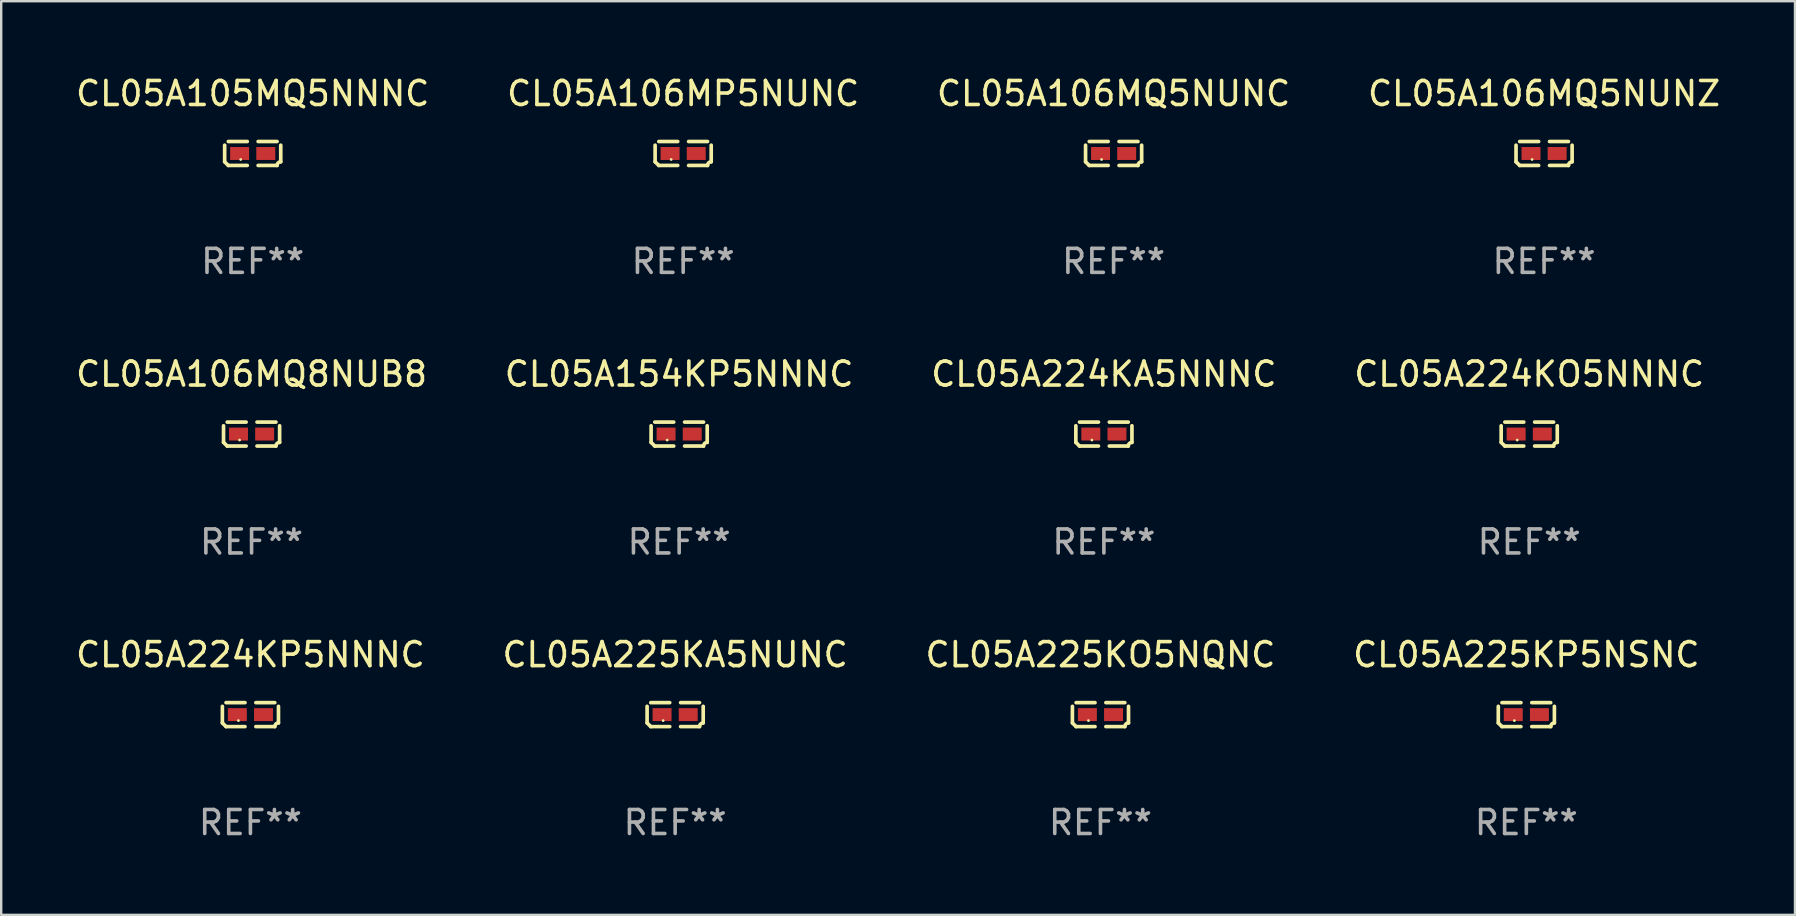
<source format=kicad_pcb>
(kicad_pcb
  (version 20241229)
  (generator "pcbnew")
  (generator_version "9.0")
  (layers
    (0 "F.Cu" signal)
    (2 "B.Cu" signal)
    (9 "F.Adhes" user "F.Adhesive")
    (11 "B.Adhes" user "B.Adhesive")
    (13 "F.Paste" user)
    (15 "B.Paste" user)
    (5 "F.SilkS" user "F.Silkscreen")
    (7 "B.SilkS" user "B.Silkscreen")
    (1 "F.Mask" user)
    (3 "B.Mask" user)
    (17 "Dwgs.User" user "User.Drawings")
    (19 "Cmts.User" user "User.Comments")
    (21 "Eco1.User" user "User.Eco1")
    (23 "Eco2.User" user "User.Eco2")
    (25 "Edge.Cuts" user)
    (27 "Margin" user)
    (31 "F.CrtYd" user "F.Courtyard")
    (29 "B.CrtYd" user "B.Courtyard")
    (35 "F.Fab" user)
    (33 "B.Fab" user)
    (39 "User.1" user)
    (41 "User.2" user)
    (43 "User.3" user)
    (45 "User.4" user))
  (footprint "CL05A225KP5NSNC"
    (layer "F.Cu")
    (at 60.565 26.734)
    (property "Reference" "CL05A225KP5NSNC" (at 0 -2.499 0) (layer "F.SilkS") (effects (font (size 1 1) (thickness 0.15))))
    (attr through_hole)
    (fp_line (start -1.169 0.346) (end -1.169 -0.346) (stroke (width 0.152) (type solid)) (layer "F.SilkS"))
    (fp_line (start -1.016 -0.499) (end -0.226 -0.499) (stroke (width 0.152) (type solid)) (layer "F.SilkS"))
    (fp_line (start -0.226 0.499) (end -1.016 0.499) (stroke (width 0.152) (type solid)) (layer "F.SilkS"))
    (fp_line (start 0.226 0.499) (end 1.016 0.499) (stroke (width 0.152) (type solid)) (layer "F.SilkS"))
    (fp_line (start 1.016 -0.499) (end 0.226 -0.499) (stroke (width 0.152) (type solid)) (layer "F.SilkS"))
    (fp_line (start 1.169 0.346) (end 1.169 -0.346) (stroke (width 0.152) (type solid)) (layer "F.SilkS"))
    (fp_arc (start -1.016307 0.498603) (mid -1.092512 0.422405) (end -1.16871 0.3462) (stroke (width 0.1524) (type solid)) (layer "F.SilkS"))
    (fp_arc (start 1.016307 0.498603) (mid 1.060899 0.390758) (end 1.168707 0.346076) (stroke (width 0.1524) (type solid)) (layer "F.SilkS"))
    (fp_circle (center -0.5 0.25) (end -0.47 0.25) (stroke (width 0.06) (type solid)) (fill no) (layer "F.SilkS"))
    (fp_text user "REF**" (at 0 4.499 0) (layer "F.Fab") (effects (font (size 1 1) (thickness 0.15))))
    (pad "1" smd rect (at -0.545 0) (size 0.79 0.54) (layers "F.Cu" "F.Mask" "F.Paste"))
    (pad "2" smd rect (at 0.545 0) (size 0.79 0.54) (layers "F.Cu" "F.Mask" "F.Paste")))
  (footprint "CL05A225KO5NQNC"
    (layer "F.Cu")
    (at 42.815 26.734)
    (property "Reference" "CL05A225KO5NQNC" (at 0 -2.499 0) (layer "F.SilkS") (effects (font (size 1 1) (thickness 0.15))))
    (attr through_hole)
    (fp_line (start -1.169 0.346) (end -1.169 -0.346) (stroke (width 0.152) (type solid)) (layer "F.SilkS"))
    (fp_line (start -1.016 -0.499) (end -0.226 -0.499) (stroke (width 0.152) (type solid)) (layer "F.SilkS"))
    (fp_line (start -0.226 0.499) (end -1.016 0.499) (stroke (width 0.152) (type solid)) (layer "F.SilkS"))
    (fp_line (start 0.226 0.499) (end 1.016 0.499) (stroke (width 0.152) (type solid)) (layer "F.SilkS"))
    (fp_line (start 1.016 -0.499) (end 0.226 -0.499) (stroke (width 0.152) (type solid)) (layer "F.SilkS"))
    (fp_line (start 1.169 0.346) (end 1.169 -0.346) (stroke (width 0.152) (type solid)) (layer "F.SilkS"))
    (fp_arc (start -1.016307 0.498603) (mid -1.092512 0.422405) (end -1.16871 0.3462) (stroke (width 0.1524) (type solid)) (layer "F.SilkS"))
    (fp_arc (start 1.016307 0.498603) (mid 1.060899 0.390758) (end 1.168707 0.346076) (stroke (width 0.1524) (type solid)) (layer "F.SilkS"))
    (fp_circle (center -0.5 0.25) (end -0.47 0.25) (stroke (width 0.06) (type solid)) (fill no) (layer "F.SilkS"))
    (fp_text user "REF**" (at 0 4.499 0) (layer "F.Fab") (effects (font (size 1 1) (thickness 0.15))))
    (pad "1" smd rect (at -0.545 0) (size 0.79 0.54) (layers "F.Cu" "F.Mask" "F.Paste"))
    (pad "2" smd rect (at 0.545 0) (size 0.79 0.54) (layers "F.Cu" "F.Mask" "F.Paste")))
  (footprint "CL05A106MP5NUNC"
    (layer "F.Cu")
    (at 25.423 3.347)
    (property "Reference" "CL05A106MP5NUNC" (at 0 -2.499 0) (layer "F.SilkS") (effects (font (size 1 1) (thickness 0.15))))
    (attr through_hole)
    (fp_line (start -1.169 0.346) (end -1.169 -0.346) (stroke (width 0.152) (type solid)) (layer "F.SilkS"))
    (fp_line (start -1.016 -0.499) (end -0.226 -0.499) (stroke (width 0.152) (type solid)) (layer "F.SilkS"))
    (fp_line (start -0.226 0.499) (end -1.016 0.499) (stroke (width 0.152) (type solid)) (layer "F.SilkS"))
    (fp_line (start 0.226 0.499) (end 1.016 0.499) (stroke (width 0.152) (type solid)) (layer "F.SilkS"))
    (fp_line (start 1.016 -0.499) (end 0.226 -0.499) (stroke (width 0.152) (type solid)) (layer "F.SilkS"))
    (fp_line (start 1.169 0.346) (end 1.169 -0.346) (stroke (width 0.152) (type solid)) (layer "F.SilkS"))
    (fp_arc (start -1.016307 0.498603) (mid -1.092512 0.422405) (end -1.16871 0.3462) (stroke (width 0.1524) (type solid)) (layer "F.SilkS"))
    (fp_arc (start 1.016307 0.498603) (mid 1.060899 0.390758) (end 1.168707 0.346076) (stroke (width 0.1524) (type solid)) (layer "F.SilkS"))
    (fp_circle (center -0.5 0.25) (end -0.47 0.25) (stroke (width 0.06) (type solid)) (fill no) (layer "F.SilkS"))
    (fp_text user "REF**" (at 0 4.499 0) (layer "F.Fab") (effects (font (size 1 1) (thickness 0.15))))
    (pad "1" smd rect (at -0.545 0) (size 0.79 0.54) (layers "F.Cu" "F.Mask" "F.Paste"))
    (pad "2" smd rect (at 0.545 0) (size 0.79 0.54) (layers "F.Cu" "F.Mask" "F.Paste")))
  (footprint "CL05A106MQ8NUB8"
    (layer "F.Cu")
    (at 7.435 15.041)
    (property "Reference" "CL05A106MQ8NUB8" (at 0 -2.499 0) (layer "F.SilkS") (effects (font (size 1 1) (thickness 0.15))))
    (attr through_hole)
    (fp_line (start -1.169 0.346) (end -1.169 -0.346) (stroke (width 0.152) (type solid)) (layer "F.SilkS"))
    (fp_line (start -1.016 -0.499) (end -0.226 -0.499) (stroke (width 0.152) (type solid)) (layer "F.SilkS"))
    (fp_line (start -0.226 0.499) (end -1.016 0.499) (stroke (width 0.152) (type solid)) (layer "F.SilkS"))
    (fp_line (start 0.226 0.499) (end 1.016 0.499) (stroke (width 0.152) (type solid)) (layer "F.SilkS"))
    (fp_line (start 1.016 -0.499) (end 0.226 -0.499) (stroke (width 0.152) (type solid)) (layer "F.SilkS"))
    (fp_line (start 1.169 0.346) (end 1.169 -0.346) (stroke (width 0.152) (type solid)) (layer "F.SilkS"))
    (fp_arc (start -1.016307 0.498603) (mid -1.092512 0.422405) (end -1.16871 0.3462) (stroke (width 0.1524) (type solid)) (layer "F.SilkS"))
    (fp_arc (start 1.016307 0.498603) (mid 1.060899 0.390758) (end 1.168707 0.346076) (stroke (width 0.1524) (type solid)) (layer "F.SilkS"))
    (fp_circle (center -0.5 0.25) (end -0.47 0.25) (stroke (width 0.06) (type solid)) (fill no) (layer "F.SilkS"))
    (fp_text user "REF**" (at 0 4.499 0) (layer "F.Fab") (effects (font (size 1 1) (thickness 0.15))))
    (pad "1" smd rect (at -0.545 0) (size 0.79 0.54) (layers "F.Cu" "F.Mask" "F.Paste"))
    (pad "2" smd rect (at 0.545 0) (size 0.79 0.54) (layers "F.Cu" "F.Mask" "F.Paste")))
  (footprint "CL05A106MQ5NUNZ"
    (layer "F.Cu")
    (at 61.304 3.347)
    (property "Reference" "CL05A106MQ5NUNZ" (at 0 -2.499 0) (layer "F.SilkS") (effects (font (size 1 1) (thickness 0.15))))
    (attr through_hole)
    (fp_line (start -1.169 0.346) (end -1.169 -0.346) (stroke (width 0.152) (type solid)) (layer "F.SilkS"))
    (fp_line (start -1.016 -0.499) (end -0.226 -0.499) (stroke (width 0.152) (type solid)) (layer "F.SilkS"))
    (fp_line (start -0.226 0.499) (end -1.016 0.499) (stroke (width 0.152) (type solid)) (layer "F.SilkS"))
    (fp_line (start 0.226 0.499) (end 1.016 0.499) (stroke (width 0.152) (type solid)) (layer "F.SilkS"))
    (fp_line (start 1.016 -0.499) (end 0.226 -0.499) (stroke (width 0.152) (type solid)) (layer "F.SilkS"))
    (fp_line (start 1.169 0.346) (end 1.169 -0.346) (stroke (width 0.152) (type solid)) (layer "F.SilkS"))
    (fp_arc (start -1.016307 0.498603) (mid -1.092512 0.422405) (end -1.16871 0.3462) (stroke (width 0.1524) (type solid)) (layer "F.SilkS"))
    (fp_arc (start 1.016307 0.498603) (mid 1.060899 0.390758) (end 1.168707 0.346076) (stroke (width 0.1524) (type solid)) (layer "F.SilkS"))
    (fp_circle (center -0.5 0.25) (end -0.47 0.25) (stroke (width 0.06) (type solid)) (fill no) (layer "F.SilkS"))
    (fp_text user "REF**" (at 0 4.499 0) (layer "F.Fab") (effects (font (size 1 1) (thickness 0.15))))
    (pad "1" smd rect (at -0.545 0) (size 0.79 0.54) (layers "F.Cu" "F.Mask" "F.Paste"))
    (pad "2" smd rect (at 0.545 0) (size 0.79 0.54) (layers "F.Cu" "F.Mask" "F.Paste")))
  (footprint "CL05A224KP5NNNC"
    (layer "F.Cu")
    (at 7.387 26.734)
    (property "Reference" "CL05A224KP5NNNC" (at 0 -2.499 0) (layer "F.SilkS") (effects (font (size 1 1) (thickness 0.15))))
    (attr through_hole)
    (fp_line (start -1.169 0.346) (end -1.169 -0.346) (stroke (width 0.152) (type solid)) (layer "F.SilkS"))
    (fp_line (start -1.016 -0.499) (end -0.226 -0.499) (stroke (width 0.152) (type solid)) (layer "F.SilkS"))
    (fp_line (start -0.226 0.499) (end -1.016 0.499) (stroke (width 0.152) (type solid)) (layer "F.SilkS"))
    (fp_line (start 0.226 0.499) (end 1.016 0.499) (stroke (width 0.152) (type solid)) (layer "F.SilkS"))
    (fp_line (start 1.016 -0.499) (end 0.226 -0.499) (stroke (width 0.152) (type solid)) (layer "F.SilkS"))
    (fp_line (start 1.169 0.346) (end 1.169 -0.346) (stroke (width 0.152) (type solid)) (layer "F.SilkS"))
    (fp_arc (start -1.016307 0.498603) (mid -1.092512 0.422405) (end -1.16871 0.3462) (stroke (width 0.1524) (type solid)) (layer "F.SilkS"))
    (fp_arc (start 1.016307 0.498603) (mid 1.060899 0.390758) (end 1.168707 0.346076) (stroke (width 0.1524) (type solid)) (layer "F.SilkS"))
    (fp_circle (center -0.5 0.25) (end -0.47 0.25) (stroke (width 0.06) (type solid)) (fill no) (layer "F.SilkS"))
    (fp_text user "REF**" (at 0 4.499 0) (layer "F.Fab") (effects (font (size 1 1) (thickness 0.15))))
    (pad "1" smd rect (at -0.545 0) (size 0.79 0.54) (layers "F.Cu" "F.Mask" "F.Paste"))
    (pad "2" smd rect (at 0.545 0) (size 0.79 0.54) (layers "F.Cu" "F.Mask" "F.Paste")))
  (footprint "CL05A105MQ5NNNC"
    (layer "F.Cu")
    (at 7.482 3.347)
    (property "Reference" "CL05A105MQ5NNNC" (at 0 -2.499 0) (layer "F.SilkS") (effects (font (size 1 1) (thickness 0.15))))
    (attr through_hole)
    (fp_line (start -1.169 0.346) (end -1.169 -0.346) (stroke (width 0.152) (type solid)) (layer "F.SilkS"))
    (fp_line (start -1.016 -0.499) (end -0.226 -0.499) (stroke (width 0.152) (type solid)) (layer "F.SilkS"))
    (fp_line (start -0.226 0.499) (end -1.016 0.499) (stroke (width 0.152) (type solid)) (layer "F.SilkS"))
    (fp_line (start 0.226 0.499) (end 1.016 0.499) (stroke (width 0.152) (type solid)) (layer "F.SilkS"))
    (fp_line (start 1.016 -0.499) (end 0.226 -0.499) (stroke (width 0.152) (type solid)) (layer "F.SilkS"))
    (fp_line (start 1.169 0.346) (end 1.169 -0.346) (stroke (width 0.152) (type solid)) (layer "F.SilkS"))
    (fp_arc (start -1.016307 0.498603) (mid -1.092512 0.422405) (end -1.16871 0.3462) (stroke (width 0.1524) (type solid)) (layer "F.SilkS"))
    (fp_arc (start 1.016307 0.498603) (mid 1.060899 0.390758) (end 1.168707 0.346076) (stroke (width 0.1524) (type solid)) (layer "F.SilkS"))
    (fp_circle (center -0.5 0.25) (end -0.47 0.25) (stroke (width 0.06) (type solid)) (fill no) (layer "F.SilkS"))
    (fp_text user "REF**" (at 0 4.499 0) (layer "F.Fab") (effects (font (size 1 1) (thickness 0.15))))
    (pad "1" smd rect (at -0.545 0) (size 0.79 0.54) (layers "F.Cu" "F.Mask" "F.Paste"))
    (pad "2" smd rect (at 0.545 0) (size 0.79 0.54) (layers "F.Cu" "F.Mask" "F.Paste")))
  (footprint "CL05A106MQ5NUNC"
    (layer "F.Cu")
    (at 43.363 3.347)
    (property "Reference" "CL05A106MQ5NUNC" (at 0 -2.499 0) (layer "F.SilkS") (effects (font (size 1 1) (thickness 0.15))))
    (attr through_hole)
    (fp_line (start -1.169 0.346) (end -1.169 -0.346) (stroke (width 0.152) (type solid)) (layer "F.SilkS"))
    (fp_line (start -1.016 -0.499) (end -0.226 -0.499) (stroke (width 0.152) (type solid)) (layer "F.SilkS"))
    (fp_line (start -0.226 0.499) (end -1.016 0.499) (stroke (width 0.152) (type solid)) (layer "F.SilkS"))
    (fp_line (start 0.226 0.499) (end 1.016 0.499) (stroke (width 0.152) (type solid)) (layer "F.SilkS"))
    (fp_line (start 1.016 -0.499) (end 0.226 -0.499) (stroke (width 0.152) (type solid)) (layer "F.SilkS"))
    (fp_line (start 1.169 0.346) (end 1.169 -0.346) (stroke (width 0.152) (type solid)) (layer "F.SilkS"))
    (fp_arc (start -1.016307 0.498603) (mid -1.092512 0.422405) (end -1.16871 0.3462) (stroke (width 0.1524) (type solid)) (layer "F.SilkS"))
    (fp_arc (start 1.016307 0.498603) (mid 1.060899 0.390758) (end 1.168707 0.346076) (stroke (width 0.1524) (type solid)) (layer "F.SilkS"))
    (fp_circle (center -0.5 0.25) (end -0.47 0.25) (stroke (width 0.06) (type solid)) (fill no) (layer "F.SilkS"))
    (fp_text user "REF**" (at 0 4.499 0) (layer "F.Fab") (effects (font (size 1 1) (thickness 0.15))))
    (pad "1" smd rect (at -0.545 0) (size 0.79 0.54) (layers "F.Cu" "F.Mask" "F.Paste"))
    (pad "2" smd rect (at 0.545 0) (size 0.79 0.54) (layers "F.Cu" "F.Mask" "F.Paste")))
  (footprint "CL05A225KA5NUNC"
    (layer "F.Cu")
    (at 25.089 26.734)
    (property "Reference" "CL05A225KA5NUNC" (at 0 -2.499 0) (layer "F.SilkS") (effects (font (size 1 1) (thickness 0.15))))
    (attr through_hole)
    (fp_line (start -1.169 0.346) (end -1.169 -0.346) (stroke (width 0.152) (type solid)) (layer "F.SilkS"))
    (fp_line (start -1.016 -0.499) (end -0.226 -0.499) (stroke (width 0.152) (type solid)) (layer "F.SilkS"))
    (fp_line (start -0.226 0.499) (end -1.016 0.499) (stroke (width 0.152) (type solid)) (layer "F.SilkS"))
    (fp_line (start 0.226 0.499) (end 1.016 0.499) (stroke (width 0.152) (type solid)) (layer "F.SilkS"))
    (fp_line (start 1.016 -0.499) (end 0.226 -0.499) (stroke (width 0.152) (type solid)) (layer "F.SilkS"))
    (fp_line (start 1.169 0.346) (end 1.169 -0.346) (stroke (width 0.152) (type solid)) (layer "F.SilkS"))
    (fp_arc (start -1.016307 0.498603) (mid -1.092512 0.422405) (end -1.16871 0.3462) (stroke (width 0.1524) (type solid)) (layer "F.SilkS"))
    (fp_arc (start 1.016307 0.498603) (mid 1.060899 0.390758) (end 1.168707 0.346076) (stroke (width 0.1524) (type solid)) (layer "F.SilkS"))
    (fp_circle (center -0.5 0.25) (end -0.47 0.25) (stroke (width 0.06) (type solid)) (fill no) (layer "F.SilkS"))
    (fp_text user "REF**" (at 0 4.499 0) (layer "F.Fab") (effects (font (size 1 1) (thickness 0.15))))
    (pad "1" smd rect (at -0.545 0) (size 0.79 0.54) (layers "F.Cu" "F.Mask" "F.Paste"))
    (pad "2" smd rect (at 0.545 0) (size 0.79 0.54) (layers "F.Cu" "F.Mask" "F.Paste")))
  (footprint "CL05A224KA5NNNC"
    (layer "F.Cu")
    (at 42.958 15.041)
    (property "Reference" "CL05A224KA5NNNC" (at 0 -2.499 0) (layer "F.SilkS") (effects (font (size 1 1) (thickness 0.15))))
    (attr through_hole)
    (fp_line (start -1.169 0.346) (end -1.169 -0.346) (stroke (width 0.152) (type solid)) (layer "F.SilkS"))
    (fp_line (start -1.016 -0.499) (end -0.226 -0.499) (stroke (width 0.152) (type solid)) (layer "F.SilkS"))
    (fp_line (start -0.226 0.499) (end -1.016 0.499) (stroke (width 0.152) (type solid)) (layer "F.SilkS"))
    (fp_line (start 0.226 0.499) (end 1.016 0.499) (stroke (width 0.152) (type solid)) (layer "F.SilkS"))
    (fp_line (start 1.016 -0.499) (end 0.226 -0.499) (stroke (width 0.152) (type solid)) (layer "F.SilkS"))
    (fp_line (start 1.169 0.346) (end 1.169 -0.346) (stroke (width 0.152) (type solid)) (layer "F.SilkS"))
    (fp_arc (start -1.016307 0.498603) (mid -1.092512 0.422405) (end -1.16871 0.3462) (stroke (width 0.1524) (type solid)) (layer "F.SilkS"))
    (fp_arc (start 1.016307 0.498603) (mid 1.060899 0.390758) (end 1.168707 0.346076) (stroke (width 0.1524) (type solid)) (layer "F.SilkS"))
    (fp_circle (center -0.5 0.25) (end -0.47 0.25) (stroke (width 0.06) (type solid)) (fill no) (layer "F.SilkS"))
    (fp_text user "REF**" (at 0 4.499 0) (layer "F.Fab") (effects (font (size 1 1) (thickness 0.15))))
    (pad "1" smd rect (at -0.545 0) (size 0.79 0.54) (layers "F.Cu" "F.Mask" "F.Paste"))
    (pad "2" smd rect (at 0.545 0) (size 0.79 0.54) (layers "F.Cu" "F.Mask" "F.Paste")))
  (footprint "CL05A154KP5NNNC"
    (layer "F.Cu")
    (at 25.256 15.041)
    (property "Reference" "CL05A154KP5NNNC" (at 0 -2.499 0) (layer "F.SilkS") (effects (font (size 1 1) (thickness 0.15))))
    (attr through_hole)
    (fp_line (start -1.169 0.346) (end -1.169 -0.346) (stroke (width 0.152) (type solid)) (layer "F.SilkS"))
    (fp_line (start -1.016 -0.499) (end -0.226 -0.499) (stroke (width 0.152) (type solid)) (layer "F.SilkS"))
    (fp_line (start -0.226 0.499) (end -1.016 0.499) (stroke (width 0.152) (type solid)) (layer "F.SilkS"))
    (fp_line (start 0.226 0.499) (end 1.016 0.499) (stroke (width 0.152) (type solid)) (layer "F.SilkS"))
    (fp_line (start 1.016 -0.499) (end 0.226 -0.499) (stroke (width 0.152) (type solid)) (layer "F.SilkS"))
    (fp_line (start 1.169 0.346) (end 1.169 -0.346) (stroke (width 0.152) (type solid)) (layer "F.SilkS"))
    (fp_arc (start -1.016307 0.498603) (mid -1.092512 0.422405) (end -1.16871 0.3462) (stroke (width 0.1524) (type solid)) (layer "F.SilkS"))
    (fp_arc (start 1.016307 0.498603) (mid 1.060899 0.390758) (end 1.168707 0.346076) (stroke (width 0.1524) (type solid)) (layer "F.SilkS"))
    (fp_circle (center -0.5 0.25) (end -0.47 0.25) (stroke (width 0.06) (type solid)) (fill no) (layer "F.SilkS"))
    (fp_text user "REF**" (at 0 4.499 0) (layer "F.Fab") (effects (font (size 1 1) (thickness 0.15))))
    (pad "1" smd rect (at -0.545 0) (size 0.79 0.54) (layers "F.Cu" "F.Mask" "F.Paste"))
    (pad "2" smd rect (at 0.545 0) (size 0.79 0.54) (layers "F.Cu" "F.Mask" "F.Paste")))
  (footprint "CL05A224KO5NNNC"
    (layer "F.Cu")
    (at 60.685 15.041)
    (property "Reference" "CL05A224KO5NNNC" (at 0 -2.499 0) (layer "F.SilkS") (effects (font (size 1 1) (thickness 0.15))))
    (attr through_hole)
    (fp_line (start -1.169 0.346) (end -1.169 -0.346) (stroke (width 0.152) (type solid)) (layer "F.SilkS"))
    (fp_line (start -1.016 -0.499) (end -0.226 -0.499) (stroke (width 0.152) (type solid)) (layer "F.SilkS"))
    (fp_line (start -0.226 0.499) (end -1.016 0.499) (stroke (width 0.152) (type solid)) (layer "F.SilkS"))
    (fp_line (start 0.226 0.499) (end 1.016 0.499) (stroke (width 0.152) (type solid)) (layer "F.SilkS"))
    (fp_line (start 1.016 -0.499) (end 0.226 -0.499) (stroke (width 0.152) (type solid)) (layer "F.SilkS"))
    (fp_line (start 1.169 0.346) (end 1.169 -0.346) (stroke (width 0.152) (type solid)) (layer "F.SilkS"))
    (fp_arc (start -1.016307 0.498603) (mid -1.092512 0.422405) (end -1.16871 0.3462) (stroke (width 0.1524) (type solid)) (layer "F.SilkS"))
    (fp_arc (start 1.016307 0.498603) (mid 1.060899 0.390758) (end 1.168707 0.346076) (stroke (width 0.1524) (type solid)) (layer "F.SilkS"))
    (fp_circle (center -0.5 0.25) (end -0.47 0.25) (stroke (width 0.06) (type solid)) (fill no) (layer "F.SilkS"))
    (fp_text user "REF**" (at 0 4.499 0) (layer "F.Fab") (effects (font (size 1 1) (thickness 0.15))))
    (pad "1" smd rect (at -0.545 0) (size 0.79 0.54) (layers "F.Cu" "F.Mask" "F.Paste"))
    (pad "2" smd rect (at 0.545 0) (size 0.79 0.54) (layers "F.Cu" "F.Mask" "F.Paste")))
  (gr_rect
    (start -3 -3)
    (end 71.762 35.081)
    (stroke (width 0.1) (type default))
    (fill no)
    (layer "Edge.Cuts")))
</source>
